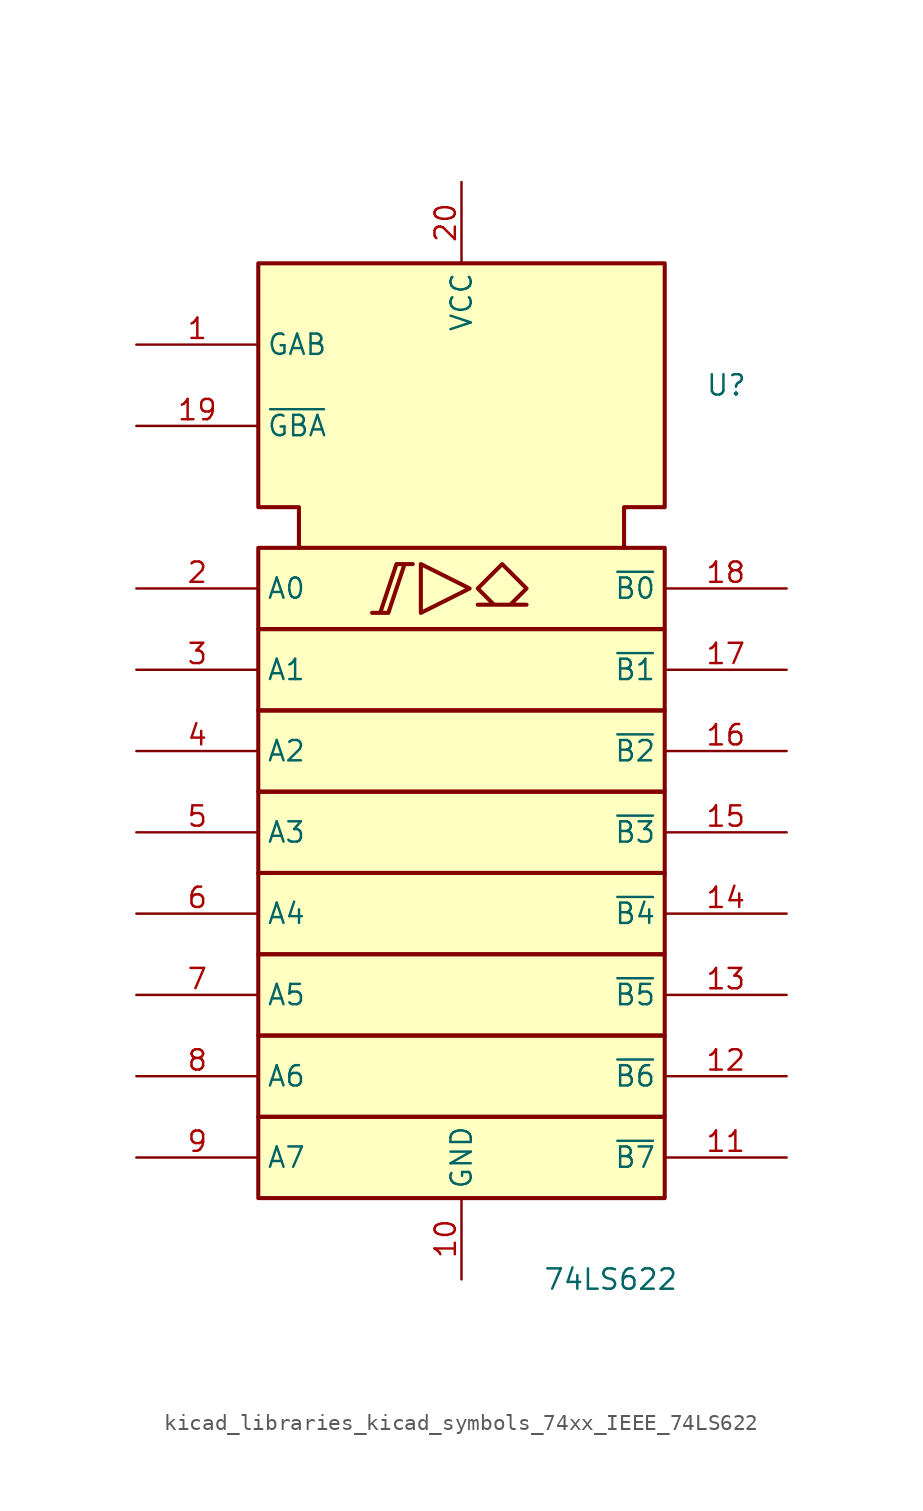
<source format=kicad_sym>
(kicad_symbol_lib
  (version 20220914)
  (generator kicad_symbol_editor)
  (symbol "kicad_libraries_kicad_symbols_74xx_IEEE_74LS622"
    (property "Reference" "U"
      (at 15.24 25.4 0)
      (effects (font (size 1.27 1.27)) (justify left)))
    (property "Value" "74LS622"
      (at 5.08 -30.48 0)
      (effects (font (size 1.27 1.27)) (justify left)))
    (symbol "kicad_libraries_kicad_symbols_74xx_IEEE_74LS622_0_0"
      (polyline (pts (xy -2.54 14.224) (xy -2.54 11.176) (xy 0.508 12.7) (xy -2.54 14.224) (xy -2.54 14.224)) (stroke (width 0.254) (type default)) (fill (type background)))
      (polyline (pts (xy -4.572 11.176) (xy -5.588 11.176) (xy -4.572 11.176) (xy -3.556 14.224) (xy -3.048 14.224) (xy -4.064 14.224) (xy -5.08 11.176) (xy -5.08 11.176)) (stroke (width 0.254) (type default)) (fill (type background)))
      (polyline (pts (xy 2.54 14.224) (xy 4.064 12.7) (xy 3.048 11.684) (xy 4.064 11.684) (xy 1.016 11.684) (xy 2.032 11.684) (xy 1.016 12.7) (xy 2.54 14.224) (xy 2.54 14.224)) (stroke (width 0.254) (type default)) (fill (type background)))
      (pin power_in line (at 0 -30.48 90) (length 5.08) (name "GND" (effects (font (size 1.27 1.27)))) (number "10" (effects (font (size 1.27 1.27)))))
      (pin power_in line (at 0 38.1 270) (length 5.08) (name "VCC" (effects (font (size 1.27 1.27)))) (number "20" (effects (font (size 1.27 1.27))))))
    (symbol "kicad_libraries_kicad_symbols_74xx_IEEE_74LS622_0_1"
      (rectangle (start -12.7 -20.32) (end 12.7 -25.4) (stroke (width 0.254) (type default)) (fill (type background)))
      (rectangle (start -12.7 -15.24) (end 12.7 -20.32) (stroke (width 0.254) (type default)) (fill (type background)))
      (rectangle (start -12.7 -10.16) (end 12.7 -15.24) (stroke (width 0.254) (type default)) (fill (type background)))
      (rectangle (start -12.7 -5.08) (end 12.7 -10.16) (stroke (width 0.254) (type default)) (fill (type background)))
      (rectangle (start -12.7 0) (end 12.7 -5.08) (stroke (width 0.254) (type default)) (fill (type background)))
      (rectangle (start -12.7 5.08) (end 12.7 0) (stroke (width 0.254) (type default)) (fill (type background)))
      (rectangle (start -12.7 10.16) (end 12.7 5.08) (stroke (width 0.254) (type default)) (fill (type background)))
      (rectangle (start -12.7 15.24) (end 12.7 10.16) (stroke (width 0.254) (type default)) (fill (type background)))
      (polyline (pts (xy -10.16 15.24) (xy -10.16 17.78) (xy -12.7 17.78) (xy -12.7 33.02) (xy 12.7 33.02) (xy 12.7 17.78) (xy 10.16 17.78) (xy 10.16 15.24) (xy 10.16 15.24)) (stroke (width 0.254) (type default)) (fill (type background))))
    (symbol "kicad_libraries_kicad_symbols_74xx_IEEE_74LS622_1_1"
      (pin input line (at -20.32 27.94 0) (length 7.62) (name "GAB" (effects (font (size 1.27 1.27)))) (number "1" (effects (font (size 1.27 1.27)))))
      (pin tri_state line (at 20.32 -22.86 180) (length 7.62) (name "~{B7}" (effects (font (size 1.27 1.27)))) (number "11" (effects (font (size 1.27 1.27)))))
      (pin tri_state line (at 20.32 -17.78 180) (length 7.62) (name "~{B6}" (effects (font (size 1.27 1.27)))) (number "12" (effects (font (size 1.27 1.27)))))
      (pin tri_state line (at 20.32 -12.7 180) (length 7.62) (name "~{B5}" (effects (font (size 1.27 1.27)))) (number "13" (effects (font (size 1.27 1.27)))))
      (pin tri_state line (at 20.32 -7.62 180) (length 7.62) (name "~{B4}" (effects (font (size 1.27 1.27)))) (number "14" (effects (font (size 1.27 1.27)))))
      (pin tri_state line (at 20.32 -2.54 180) (length 7.62) (name "~{B3}" (effects (font (size 1.27 1.27)))) (number "15" (effects (font (size 1.27 1.27)))))
      (pin tri_state line (at 20.32 2.54 180) (length 7.62) (name "~{B2}" (effects (font (size 1.27 1.27)))) (number "16" (effects (font (size 1.27 1.27)))))
      (pin tri_state line (at 20.32 7.62 180) (length 7.62) (name "~{B1}" (effects (font (size 1.27 1.27)))) (number "17" (effects (font (size 1.27 1.27)))))
      (pin tri_state line (at 20.32 12.7 180) (length 7.62) (name "~{B0}" (effects (font (size 1.27 1.27)))) (number "18" (effects (font (size 1.27 1.27)))))
      (pin input line (at -20.32 22.86 0) (length 7.62) (name "~{GBA}" (effects (font (size 1.27 1.27)))) (number "19" (effects (font (size 1.27 1.27)))))
      (pin tri_state line (at -20.32 12.7 0) (length 7.62) (name "A0" (effects (font (size 1.27 1.27)))) (number "2" (effects (font (size 1.27 1.27)))))
      (pin tri_state line (at -20.32 7.62 0) (length 7.62) (name "A1" (effects (font (size 1.27 1.27)))) (number "3" (effects (font (size 1.27 1.27)))))
      (pin tri_state line (at -20.32 2.54 0) (length 7.62) (name "A2" (effects (font (size 1.27 1.27)))) (number "4" (effects (font (size 1.27 1.27)))))
      (pin tri_state line (at -20.32 -2.54 0) (length 7.62) (name "A3" (effects (font (size 1.27 1.27)))) (number "5" (effects (font (size 1.27 1.27)))))
      (pin tri_state line (at -20.32 -7.62 0) (length 7.62) (name "A4" (effects (font (size 1.27 1.27)))) (number "6" (effects (font (size 1.27 1.27)))))
      (pin tri_state line (at -20.32 -12.7 0) (length 7.62) (name "A5" (effects (font (size 1.27 1.27)))) (number "7" (effects (font (size 1.27 1.27)))))
      (pin tri_state line (at -20.32 -17.78 0) (length 7.62) (name "A6" (effects (font (size 1.27 1.27)))) (number "8" (effects (font (size 1.27 1.27)))))
      (pin tri_state line (at -20.32 -22.86 0) (length 7.62) (name "A7" (effects (font (size 1.27 1.27)))) (number "9" (effects (font (size 1.27 1.27))))))))
</source>
